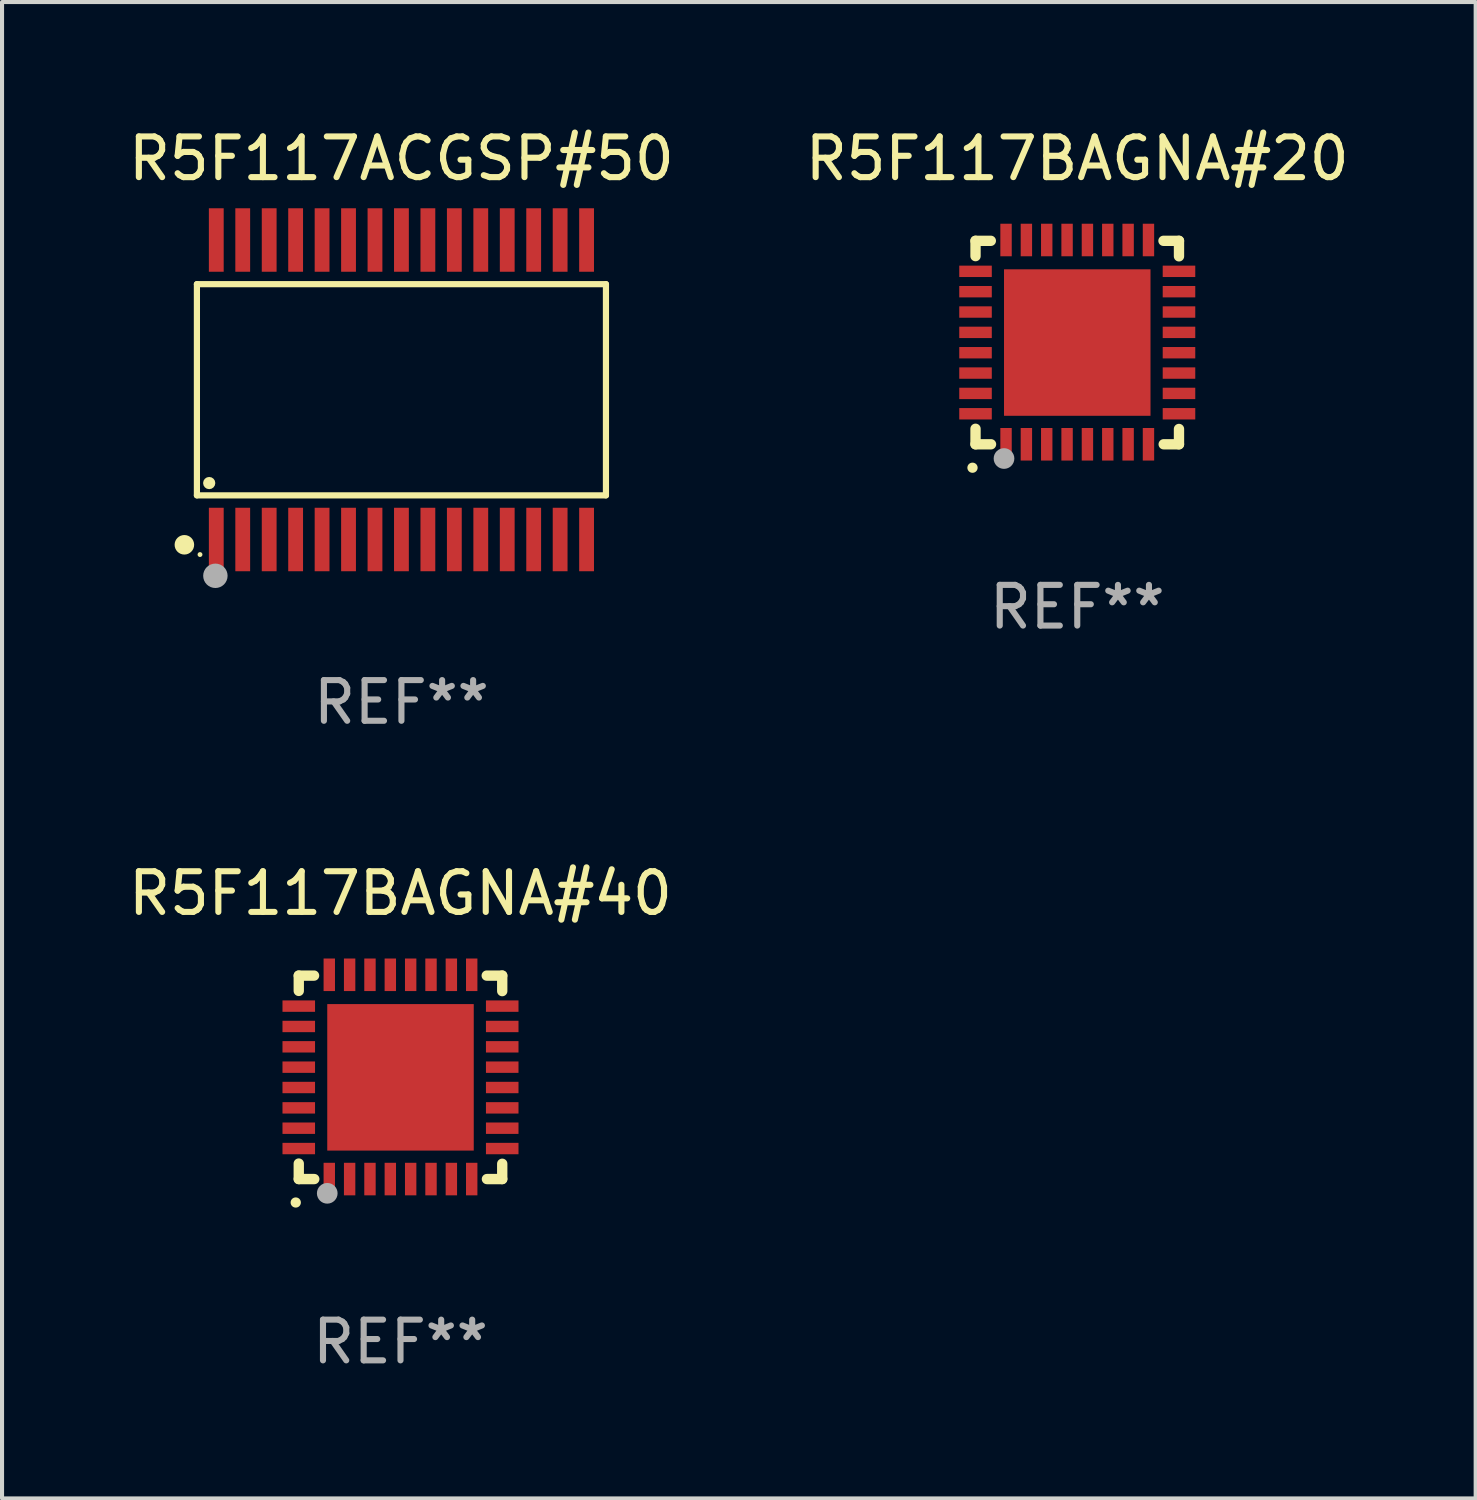
<source format=kicad_pcb>
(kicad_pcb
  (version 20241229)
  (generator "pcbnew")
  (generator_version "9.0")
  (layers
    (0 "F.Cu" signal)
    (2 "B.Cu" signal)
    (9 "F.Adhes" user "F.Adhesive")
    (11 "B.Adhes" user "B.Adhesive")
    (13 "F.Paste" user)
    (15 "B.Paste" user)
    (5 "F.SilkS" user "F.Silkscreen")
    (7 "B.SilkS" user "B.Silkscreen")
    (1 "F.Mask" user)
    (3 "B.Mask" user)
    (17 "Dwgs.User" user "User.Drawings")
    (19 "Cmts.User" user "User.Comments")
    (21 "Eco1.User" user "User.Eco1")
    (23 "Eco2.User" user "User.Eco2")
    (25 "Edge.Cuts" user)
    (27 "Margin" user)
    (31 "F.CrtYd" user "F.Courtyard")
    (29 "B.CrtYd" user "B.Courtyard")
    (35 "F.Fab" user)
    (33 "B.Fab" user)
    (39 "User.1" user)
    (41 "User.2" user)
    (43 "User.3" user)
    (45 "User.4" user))
  (footprint "R5F117ACGSP#50"
    (layer "F.Cu")
    (at 6.815 6.528)
    (property "Reference" "R5F117ACGSP#50" (at 0 -5.68 0) (layer "F.SilkS") (effects (font (size 1 1) (thickness 0.15))))
    (attr through_hole)
    (fp_line (start -5.026 -2.595) (end 5.026 -2.595) (stroke (width 0.152) (type solid)) (layer "F.SilkS"))
    (fp_line (start -5.026 2.595) (end -5.026 -2.595) (stroke (width 0.152) (type solid)) (layer "F.SilkS"))
    (fp_line (start 5.026 -2.595) (end 5.026 2.595) (stroke (width 0.152) (type solid)) (layer "F.SilkS"))
    (fp_line (start 5.026 2.595) (end -5.026 2.595) (stroke (width 0.152) (type solid)) (layer "F.SilkS"))
    (fp_circle (center -5.334 3.81) (end -5.214 3.81) (stroke (width 0.24) (type solid)) (fill no) (layer "F.SilkS"))
    (fp_circle (center -4.95 4.05) (end -4.92 4.05) (stroke (width 0.06) (type solid)) (fill no) (layer "F.SilkS"))
    (fp_circle (center -4.724 2.293) (end -4.649 2.293) (stroke (width 0.15) (type solid)) (fill no) (layer "F.SilkS"))
    (fp_circle (center -4.572 4.572) (end -4.422 4.572) (stroke (width 0.3) (type solid)) (fill no) (layer "F.Fab"))
    (fp_text user "REF**" (at 0 7.68 0) (layer "F.Fab") (effects (font (size 1 1) (thickness 0.15))))
    (pad "1" smd rect (at -4.55 3.68) (size 0.364 1.56) (layers "F.Cu" "F.Mask" "F.Paste"))
    (pad "2" smd rect (at -3.9 3.68) (size 0.364 1.56) (layers "F.Cu" "F.Mask" "F.Paste"))
    (pad "3" smd rect (at -3.25 3.68) (size 0.364 1.56) (layers "F.Cu" "F.Mask" "F.Paste"))
    (pad "4" smd rect (at -2.6 3.68) (size 0.364 1.56) (layers "F.Cu" "F.Mask" "F.Paste"))
    (pad "5" smd rect (at -1.95 3.68) (size 0.364 1.56) (layers "F.Cu" "F.Mask" "F.Paste"))
    (pad "6" smd rect (at -1.3 3.68) (size 0.364 1.56) (layers "F.Cu" "F.Mask" "F.Paste"))
    (pad "7" smd rect (at -0.65 3.68) (size 0.364 1.56) (layers "F.Cu" "F.Mask" "F.Paste"))
    (pad "8" smd rect (at -0.000013 3.68) (size 0.364 1.56) (layers "F.Cu" "F.Mask" "F.Paste"))
    (pad "9" smd rect (at 0.65 3.68) (size 0.364 1.56) (layers "F.Cu" "F.Mask" "F.Paste"))
    (pad "10" smd rect (at 1.3 3.68) (size 0.364 1.56) (layers "F.Cu" "F.Mask" "F.Paste"))
    (pad "11" smd rect (at 1.95 3.68) (size 0.364 1.56) (layers "F.Cu" "F.Mask" "F.Paste"))
    (pad "12" smd rect (at 2.6 3.68) (size 0.364 1.56) (layers "F.Cu" "F.Mask" "F.Paste"))
    (pad "13" smd rect (at 3.25 3.68) (size 0.364 1.56) (layers "F.Cu" "F.Mask" "F.Paste"))
    (pad "14" smd rect (at 3.9 3.68) (size 0.364 1.56) (layers "F.Cu" "F.Mask" "F.Paste"))
    (pad "15" smd rect (at 4.55 3.68) (size 0.364 1.56) (layers "F.Cu" "F.Mask" "F.Paste"))
    (pad "16" smd rect (at 4.55 -3.68) (size 0.364 1.56) (layers "F.Cu" "F.Mask" "F.Paste"))
    (pad "17" smd rect (at 3.9 -3.68) (size 0.364 1.56) (layers "F.Cu" "F.Mask" "F.Paste"))
    (pad "18" smd rect (at 3.25 -3.68) (size 0.364 1.56) (layers "F.Cu" "F.Mask" "F.Paste"))
    (pad "19" smd rect (at 2.6 -3.68) (size 0.364 1.56) (layers "F.Cu" "F.Mask" "F.Paste"))
    (pad "20" smd rect (at 1.95 -3.68) (size 0.364 1.56) (layers "F.Cu" "F.Mask" "F.Paste"))
    (pad "21" smd rect (at 1.3 -3.68) (size 0.364 1.56) (layers "F.Cu" "F.Mask" "F.Paste"))
    (pad "22" smd rect (at 0.65 -3.68) (size 0.364 1.56) (layers "F.Cu" "F.Mask" "F.Paste"))
    (pad "23" smd rect (at -0.000013 -3.68) (size 0.364 1.56) (layers "F.Cu" "F.Mask" "F.Paste"))
    (pad "24" smd rect (at -0.65 -3.68) (size 0.364 1.56) (layers "F.Cu" "F.Mask" "F.Paste"))
    (pad "25" smd rect (at -1.3 -3.68) (size 0.364 1.56) (layers "F.Cu" "F.Mask" "F.Paste"))
    (pad "26" smd rect (at -1.95 -3.68) (size 0.364 1.56) (layers "F.Cu" "F.Mask" "F.Paste"))
    (pad "27" smd rect (at -2.6 -3.68) (size 0.364 1.56) (layers "F.Cu" "F.Mask" "F.Paste"))
    (pad "28" smd rect (at -3.25 -3.68) (size 0.364 1.56) (layers "F.Cu" "F.Mask" "F.Paste"))
    (pad "29" smd rect (at -3.9 -3.68) (size 0.364 1.56) (layers "F.Cu" "F.Mask" "F.Paste"))
    (pad "30" smd rect (at -4.55 -3.68) (size 0.364 1.56) (layers "F.Cu" "F.Mask" "F.Paste")))
  (footprint "R5F117BAGNA#20"
    (layer "F.Cu")
    (at 23.423 5.358)
    (property "Reference" "R5F117BAGNA#20" (at 0 -4.51 0) (layer "F.SilkS") (effects (font (size 1 1) (thickness 0.15))))
    (attr through_hole)
    (fp_line (start -2.5 -2.49) (end -2.124 -2.49) (stroke (width 0.254) (type solid)) (layer "F.SilkS"))
    (fp_line (start -2.5 -2.114) (end -2.5 -2.49) (stroke (width 0.254) (type solid)) (layer "F.SilkS"))
    (fp_line (start -2.5 2.51) (end -2.5 2.129) (stroke (width 0.254) (type solid)) (layer "F.SilkS"))
    (fp_line (start -2.5 2.51) (end -2.119 2.51) (stroke (width 0.254) (type solid)) (layer "F.SilkS"))
    (fp_line (start 2.119 -2.49) (end 2.5 -2.49) (stroke (width 0.254) (type solid)) (layer "F.SilkS"))
    (fp_line (start 2.124 2.51) (end 2.5 2.51) (stroke (width 0.254) (type solid)) (layer "F.SilkS"))
    (fp_line (start 2.5 -2.49) (end 2.5 -2.109) (stroke (width 0.254) (type solid)) (layer "F.SilkS"))
    (fp_line (start 2.5 2.134) (end 2.5 2.51) (stroke (width 0.254) (type solid)) (layer "F.SilkS"))
    (fp_arc (start -2.57554 3.086005) (mid -2.57427 3.085999) (end -2.573 3.086005) (stroke (width 0.25) (type solid)) (layer "F.SilkS"))
    (fp_circle (center -2.5 2.5) (end -2.45 2.5) (stroke (width 0.1) (type solid)) (fill no) (layer "F.SilkS"))
    (fp_circle (center -1.8 2.86) (end -1.673 2.86) (stroke (width 0.254) (type solid)) (fill no) (layer "F.Fab"))
    (fp_text user "REF**" (at 0 6.51 0) (layer "F.Fab") (effects (font (size 1 1) (thickness 0.15))))
    (pad "1" smd rect (at -1.75 2.51) (size 0.28 0.8) (layers "F.Cu" "F.Mask" "F.Paste"))
    (pad "2" smd rect (at -1.25 2.51) (size 0.28 0.8) (layers "F.Cu" "F.Mask" "F.Paste"))
    (pad "3" smd rect (at -0.75 2.51) (size 0.28 0.8) (layers "F.Cu" "F.Mask" "F.Paste"))
    (pad "4" smd rect (at -0.25 2.51) (size 0.28 0.8) (layers "F.Cu" "F.Mask" "F.Paste"))
    (pad "5" smd rect (at 0.25 2.51) (size 0.28 0.8) (layers "F.Cu" "F.Mask" "F.Paste"))
    (pad "6" smd rect (at 0.75 2.51) (size 0.28 0.8) (layers "F.Cu" "F.Mask" "F.Paste"))
    (pad "7" smd rect (at 1.25 2.51) (size 0.28 0.8) (layers "F.Cu" "F.Mask" "F.Paste"))
    (pad "8" smd rect (at 1.75 2.51) (size 0.28 0.8) (layers "F.Cu" "F.Mask" "F.Paste"))
    (pad "9" smd rect (at 2.5 1.76) (size 0.8 0.28) (layers "F.Cu" "F.Mask" "F.Paste"))
    (pad "10" smd rect (at 2.5 1.26) (size 0.8 0.28) (layers "F.Cu" "F.Mask" "F.Paste"))
    (pad "11" smd rect (at 2.5 0.76) (size 0.8 0.28) (layers "F.Cu" "F.Mask" "F.Paste"))
    (pad "12" smd rect (at 2.5 0.26) (size 0.8 0.28) (layers "F.Cu" "F.Mask" "F.Paste"))
    (pad "13" smd rect (at 2.5 -0.24) (size 0.8 0.28) (layers "F.Cu" "F.Mask" "F.Paste"))
    (pad "14" smd rect (at 2.5 -0.74) (size 0.8 0.28) (layers "F.Cu" "F.Mask" "F.Paste"))
    (pad "15" smd rect (at 2.5 -1.24) (size 0.8 0.28) (layers "F.Cu" "F.Mask" "F.Paste"))
    (pad "16" smd rect (at 2.5 -1.74) (size 0.8 0.28) (layers "F.Cu" "F.Mask" "F.Paste"))
    (pad "17" smd rect (at 1.75 -2.51) (size 0.28 0.8) (layers "F.Cu" "F.Mask" "F.Paste"))
    (pad "18" smd rect (at 1.25 -2.51) (size 0.28 0.8) (layers "F.Cu" "F.Mask" "F.Paste"))
    (pad "19" smd rect (at 0.75 -2.51) (size 0.28 0.8) (layers "F.Cu" "F.Mask" "F.Paste"))
    (pad "20" smd rect (at 0.25 -2.51) (size 0.28 0.8) (layers "F.Cu" "F.Mask" "F.Paste"))
    (pad "21" smd rect (at -0.25 -2.51) (size 0.28 0.8) (layers "F.Cu" "F.Mask" "F.Paste"))
    (pad "22" smd rect (at -0.75 -2.51) (size 0.28 0.8) (layers "F.Cu" "F.Mask" "F.Paste"))
    (pad "23" smd rect (at -1.25 -2.51) (size 0.28 0.8) (layers "F.Cu" "F.Mask" "F.Paste"))
    (pad "24" smd rect (at -1.75 -2.51) (size 0.28 0.8) (layers "F.Cu" "F.Mask" "F.Paste"))
    (pad "25" smd rect (at -2.5 -1.74) (size 0.8 0.28) (layers "F.Cu" "F.Mask" "F.Paste"))
    (pad "26" smd rect (at -2.5 -1.24) (size 0.8 0.28) (layers "F.Cu" "F.Mask" "F.Paste"))
    (pad "27" smd rect (at -2.5 -0.74) (size 0.8 0.28) (layers "F.Cu" "F.Mask" "F.Paste"))
    (pad "28" smd rect (at -2.5 -0.24) (size 0.8 0.28) (layers "F.Cu" "F.Mask" "F.Paste"))
    (pad "29" smd rect (at -2.5 0.26) (size 0.8 0.28) (layers "F.Cu" "F.Mask" "F.Paste"))
    (pad "30" smd rect (at -2.5 0.76) (size 0.8 0.28) (layers "F.Cu" "F.Mask" "F.Paste"))
    (pad "31" smd rect (at -2.5 1.26) (size 0.8 0.28) (layers "F.Cu" "F.Mask" "F.Paste"))
    (pad "32" smd rect (at -2.5 1.76) (size 0.8 0.28) (layers "F.Cu" "F.Mask" "F.Paste"))
    (pad "33" smd rect (at 0.000102 0.01) (size 3.6 3.6) (layers "F.Cu" "F.Mask" "F.Paste")))
  (footprint "R5F117BAGNA#40"
    (layer "F.Cu")
    (at 6.792 23.415)
    (property "Reference" "R5F117BAGNA#40" (at 0 -4.51 0) (layer "F.SilkS") (effects (font (size 1 1) (thickness 0.15))))
    (attr through_hole)
    (fp_line (start -2.5 -2.49) (end -2.124 -2.49) (stroke (width 0.254) (type solid)) (layer "F.SilkS"))
    (fp_line (start -2.5 -2.114) (end -2.5 -2.49) (stroke (width 0.254) (type solid)) (layer "F.SilkS"))
    (fp_line (start -2.5 2.51) (end -2.5 2.129) (stroke (width 0.254) (type solid)) (layer "F.SilkS"))
    (fp_line (start -2.5 2.51) (end -2.119 2.51) (stroke (width 0.254) (type solid)) (layer "F.SilkS"))
    (fp_line (start 2.119 -2.49) (end 2.5 -2.49) (stroke (width 0.254) (type solid)) (layer "F.SilkS"))
    (fp_line (start 2.124 2.51) (end 2.5 2.51) (stroke (width 0.254) (type solid)) (layer "F.SilkS"))
    (fp_line (start 2.5 -2.49) (end 2.5 -2.109) (stroke (width 0.254) (type solid)) (layer "F.SilkS"))
    (fp_line (start 2.5 2.134) (end 2.5 2.51) (stroke (width 0.254) (type solid)) (layer "F.SilkS"))
    (fp_arc (start -2.57554 3.086005) (mid -2.57427 3.085999) (end -2.573 3.086005) (stroke (width 0.25) (type solid)) (layer "F.SilkS"))
    (fp_circle (center -2.5 2.5) (end -2.45 2.5) (stroke (width 0.1) (type solid)) (fill no) (layer "F.SilkS"))
    (fp_circle (center -1.8 2.86) (end -1.673 2.86) (stroke (width 0.254) (type solid)) (fill no) (layer "F.Fab"))
    (fp_text user "REF**" (at 0 6.51 0) (layer "F.Fab") (effects (font (size 1 1) (thickness 0.15))))
    (pad "1" smd rect (at -1.75 2.51) (size 0.28 0.8) (layers "F.Cu" "F.Mask" "F.Paste"))
    (pad "2" smd rect (at -1.25 2.51) (size 0.28 0.8) (layers "F.Cu" "F.Mask" "F.Paste"))
    (pad "3" smd rect (at -0.75 2.51) (size 0.28 0.8) (layers "F.Cu" "F.Mask" "F.Paste"))
    (pad "4" smd rect (at -0.25 2.51) (size 0.28 0.8) (layers "F.Cu" "F.Mask" "F.Paste"))
    (pad "5" smd rect (at 0.25 2.51) (size 0.28 0.8) (layers "F.Cu" "F.Mask" "F.Paste"))
    (pad "6" smd rect (at 0.75 2.51) (size 0.28 0.8) (layers "F.Cu" "F.Mask" "F.Paste"))
    (pad "7" smd rect (at 1.25 2.51) (size 0.28 0.8) (layers "F.Cu" "F.Mask" "F.Paste"))
    (pad "8" smd rect (at 1.75 2.51) (size 0.28 0.8) (layers "F.Cu" "F.Mask" "F.Paste"))
    (pad "9" smd rect (at 2.5 1.76) (size 0.8 0.28) (layers "F.Cu" "F.Mask" "F.Paste"))
    (pad "10" smd rect (at 2.5 1.26) (size 0.8 0.28) (layers "F.Cu" "F.Mask" "F.Paste"))
    (pad "11" smd rect (at 2.5 0.76) (size 0.8 0.28) (layers "F.Cu" "F.Mask" "F.Paste"))
    (pad "12" smd rect (at 2.5 0.26) (size 0.8 0.28) (layers "F.Cu" "F.Mask" "F.Paste"))
    (pad "13" smd rect (at 2.5 -0.24) (size 0.8 0.28) (layers "F.Cu" "F.Mask" "F.Paste"))
    (pad "14" smd rect (at 2.5 -0.74) (size 0.8 0.28) (layers "F.Cu" "F.Mask" "F.Paste"))
    (pad "15" smd rect (at 2.5 -1.24) (size 0.8 0.28) (layers "F.Cu" "F.Mask" "F.Paste"))
    (pad "16" smd rect (at 2.5 -1.74) (size 0.8 0.28) (layers "F.Cu" "F.Mask" "F.Paste"))
    (pad "17" smd rect (at 1.75 -2.51) (size 0.28 0.8) (layers "F.Cu" "F.Mask" "F.Paste"))
    (pad "18" smd rect (at 1.25 -2.51) (size 0.28 0.8) (layers "F.Cu" "F.Mask" "F.Paste"))
    (pad "19" smd rect (at 0.75 -2.51) (size 0.28 0.8) (layers "F.Cu" "F.Mask" "F.Paste"))
    (pad "20" smd rect (at 0.25 -2.51) (size 0.28 0.8) (layers "F.Cu" "F.Mask" "F.Paste"))
    (pad "21" smd rect (at -0.25 -2.51) (size 0.28 0.8) (layers "F.Cu" "F.Mask" "F.Paste"))
    (pad "22" smd rect (at -0.75 -2.51) (size 0.28 0.8) (layers "F.Cu" "F.Mask" "F.Paste"))
    (pad "23" smd rect (at -1.25 -2.51) (size 0.28 0.8) (layers "F.Cu" "F.Mask" "F.Paste"))
    (pad "24" smd rect (at -1.75 -2.51) (size 0.28 0.8) (layers "F.Cu" "F.Mask" "F.Paste"))
    (pad "25" smd rect (at -2.5 -1.74) (size 0.8 0.28) (layers "F.Cu" "F.Mask" "F.Paste"))
    (pad "26" smd rect (at -2.5 -1.24) (size 0.8 0.28) (layers "F.Cu" "F.Mask" "F.Paste"))
    (pad "27" smd rect (at -2.5 -0.74) (size 0.8 0.28) (layers "F.Cu" "F.Mask" "F.Paste"))
    (pad "28" smd rect (at -2.5 -0.24) (size 0.8 0.28) (layers "F.Cu" "F.Mask" "F.Paste"))
    (pad "29" smd rect (at -2.5 0.26) (size 0.8 0.28) (layers "F.Cu" "F.Mask" "F.Paste"))
    (pad "30" smd rect (at -2.5 0.76) (size 0.8 0.28) (layers "F.Cu" "F.Mask" "F.Paste"))
    (pad "31" smd rect (at -2.5 1.26) (size 0.8 0.28) (layers "F.Cu" "F.Mask" "F.Paste"))
    (pad "32" smd rect (at -2.5 1.76) (size 0.8 0.28) (layers "F.Cu" "F.Mask" "F.Paste"))
    (pad "33" smd rect (at 0.000102 0.01) (size 3.6 3.6) (layers "F.Cu" "F.Mask" "F.Paste")))
  (gr_rect
    (start -3 -3)
    (end 33.214 33.773)
    (stroke (width 0.1) (type default))
    (fill no)
    (layer "Edge.Cuts")))
</source>
